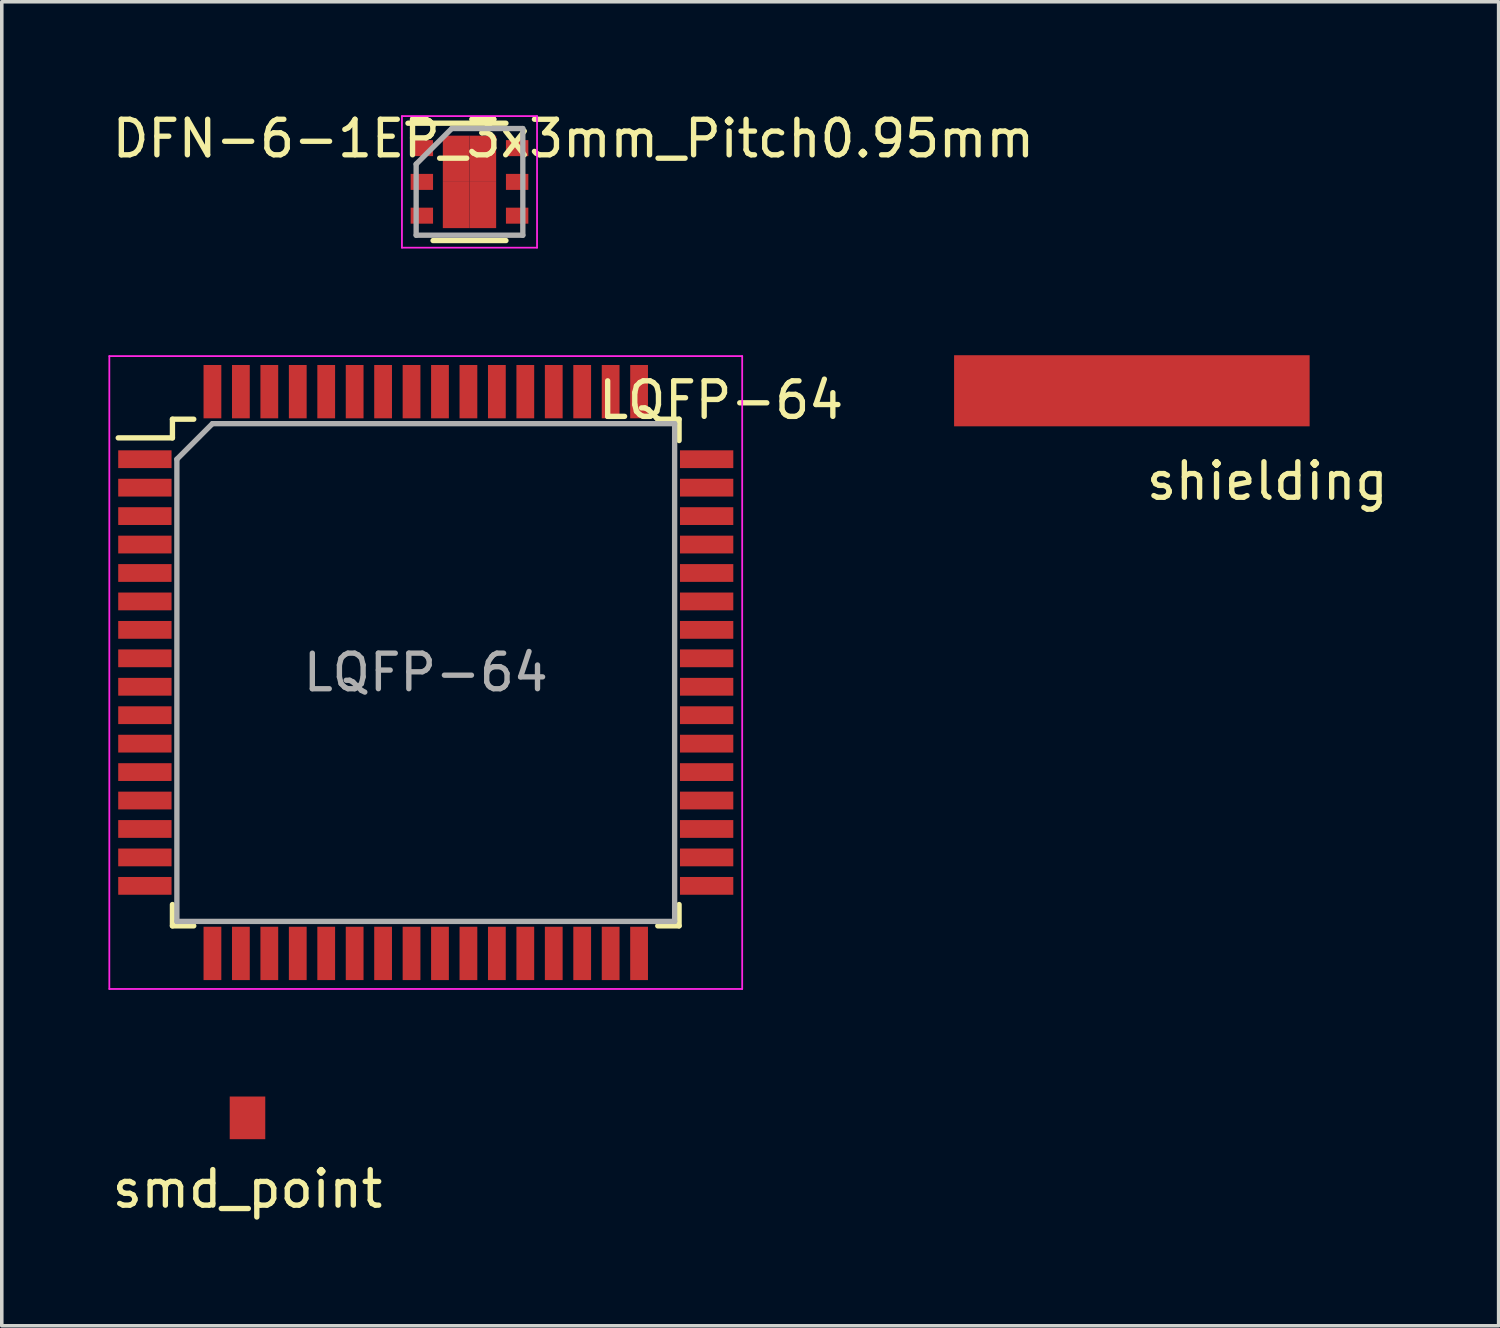
<source format=kicad_pcb>
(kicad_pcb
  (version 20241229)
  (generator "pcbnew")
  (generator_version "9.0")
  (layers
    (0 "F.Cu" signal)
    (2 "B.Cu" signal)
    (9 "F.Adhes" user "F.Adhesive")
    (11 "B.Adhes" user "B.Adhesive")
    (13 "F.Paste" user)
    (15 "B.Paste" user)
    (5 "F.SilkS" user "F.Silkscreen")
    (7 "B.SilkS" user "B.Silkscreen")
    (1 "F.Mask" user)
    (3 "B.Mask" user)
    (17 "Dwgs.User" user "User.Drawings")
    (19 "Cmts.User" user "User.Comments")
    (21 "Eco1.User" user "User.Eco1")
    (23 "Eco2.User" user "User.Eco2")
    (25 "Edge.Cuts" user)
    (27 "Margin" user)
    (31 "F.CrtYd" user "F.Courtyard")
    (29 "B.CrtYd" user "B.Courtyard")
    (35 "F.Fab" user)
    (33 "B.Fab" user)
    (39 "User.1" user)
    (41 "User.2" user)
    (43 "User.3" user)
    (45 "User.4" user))
  (footprint "LQFP-64"
    (layer "F.Cu")
    (at 8.925 15.866)
    (property "Reference" "LQFP-64" (at 8.307 -7.66 0) (layer "F.SilkS") (effects (font (size 1 1) (thickness 0.15))))
    (attr smd)
    (fp_line (start -7.125 -7.125) (end -7.125 -6.6) (stroke (width 0.15) (type solid)) (layer "F.SilkS"))
    (fp_line (start -7.125 -7.125) (end -6.525 -7.125) (stroke (width 0.15) (type solid)) (layer "F.SilkS"))
    (fp_line (start -7.125 -6.6) (end -8.65 -6.6) (stroke (width 0.15) (type solid)) (layer "F.SilkS"))
    (fp_line (start -7.125 7.125) (end -7.125 6.525) (stroke (width 0.15) (type solid)) (layer "F.SilkS"))
    (fp_line (start -7.125 7.125) (end -6.525 7.125) (stroke (width 0.15) (type solid)) (layer "F.SilkS"))
    (fp_line (start 7.125 -7.125) (end 6.525 -7.125) (stroke (width 0.15) (type solid)) (layer "F.SilkS"))
    (fp_line (start 7.125 -7.125) (end 7.125 -6.525) (stroke (width 0.15) (type solid)) (layer "F.SilkS"))
    (fp_line (start 7.125 7.125) (end 6.525 7.125) (stroke (width 0.15) (type solid)) (layer "F.SilkS"))
    (fp_line (start 7.125 7.125) (end 7.125 6.525) (stroke (width 0.15) (type solid)) (layer "F.SilkS"))
    (fp_line (start -8.9 -8.9) (end -8.9 8.9) (stroke (width 0.05) (type solid)) (layer "F.CrtYd"))
    (fp_line (start -8.9 -8.9) (end 8.9 -8.9) (stroke (width 0.05) (type solid)) (layer "F.CrtYd"))
    (fp_line (start -8.9 8.9) (end 8.9 8.9) (stroke (width 0.05) (type solid)) (layer "F.CrtYd"))
    (fp_line (start 8.9 -8.9) (end 8.9 8.9) (stroke (width 0.05) (type solid)) (layer "F.CrtYd"))
    (fp_line (start -7 -6) (end -6 -7) (stroke (width 0.15) (type solid)) (layer "F.Fab"))
    (fp_line (start -7 7) (end -7 -6) (stroke (width 0.15) (type solid)) (layer "F.Fab"))
    (fp_line (start -6 -7) (end 7 -7) (stroke (width 0.15) (type solid)) (layer "F.Fab"))
    (fp_line (start 7 -7) (end 7 7) (stroke (width 0.15) (type solid)) (layer "F.Fab"))
    (fp_line (start 7 7) (end -7 7) (stroke (width 0.15) (type solid)) (layer "F.Fab"))
    (fp_text user "${REFERENCE}" (at 0 0 0) (layer "F.Fab") (effects (font (size 1 1) (thickness 0.15))))
    (pad "1" smd rect (at -7.9 -6) (size 1.5 0.5) (layers "F.Cu" "F.Mask" "F.Paste"))
    (pad "2" smd rect (at -7.9 -5.2) (size 1.5 0.5) (layers "F.Cu" "F.Mask" "F.Paste"))
    (pad "3" smd rect (at -7.9 -4.4) (size 1.5 0.5) (layers "F.Cu" "F.Mask" "F.Paste"))
    (pad "4" smd rect (at -7.9 -3.6) (size 1.5 0.5) (layers "F.Cu" "F.Mask" "F.Paste"))
    (pad "5" smd rect (at -7.9 -2.8) (size 1.5 0.5) (layers "F.Cu" "F.Mask" "F.Paste"))
    (pad "6" smd rect (at -7.9 -2) (size 1.5 0.5) (layers "F.Cu" "F.Mask" "F.Paste"))
    (pad "7" smd rect (at -7.9 -1.2) (size 1.5 0.5) (layers "F.Cu" "F.Mask" "F.Paste"))
    (pad "8" smd rect (at -7.9 -0.4) (size 1.5 0.5) (layers "F.Cu" "F.Mask" "F.Paste"))
    (pad "9" smd rect (at -7.9 0.4) (size 1.5 0.5) (layers "F.Cu" "F.Mask" "F.Paste"))
    (pad "10" smd rect (at -7.9 1.2) (size 1.5 0.5) (layers "F.Cu" "F.Mask" "F.Paste"))
    (pad "11" smd rect (at -7.9 2) (size 1.5 0.5) (layers "F.Cu" "F.Mask" "F.Paste"))
    (pad "12" smd rect (at -7.9 2.8) (size 1.5 0.5) (layers "F.Cu" "F.Mask" "F.Paste"))
    (pad "13" smd rect (at -7.9 3.6) (size 1.5 0.5) (layers "F.Cu" "F.Mask" "F.Paste"))
    (pad "14" smd rect (at -7.9 4.4) (size 1.5 0.5) (layers "F.Cu" "F.Mask" "F.Paste"))
    (pad "15" smd rect (at -7.9 5.2) (size 1.5 0.5) (layers "F.Cu" "F.Mask" "F.Paste"))
    (pad "16" smd rect (at -7.9 6) (size 1.5 0.5) (layers "F.Cu" "F.Mask" "F.Paste"))
    (pad "17" smd rect (at -6 7.9 90) (size 1.5 0.5) (layers "F.Cu" "F.Mask" "F.Paste"))
    (pad "18" smd rect (at -5.2 7.9 90) (size 1.5 0.5) (layers "F.Cu" "F.Mask" "F.Paste"))
    (pad "19" smd rect (at -4.4 7.9 90) (size 1.5 0.5) (layers "F.Cu" "F.Mask" "F.Paste"))
    (pad "20" smd rect (at -3.6 7.9 90) (size 1.5 0.5) (layers "F.Cu" "F.Mask" "F.Paste"))
    (pad "21" smd rect (at -2.8 7.9 90) (size 1.5 0.5) (layers "F.Cu" "F.Mask" "F.Paste"))
    (pad "22" smd rect (at -2 7.9 90) (size 1.5 0.5) (layers "F.Cu" "F.Mask" "F.Paste"))
    (pad "23" smd rect (at -1.2 7.9 90) (size 1.5 0.5) (layers "F.Cu" "F.Mask" "F.Paste"))
    (pad "24" smd rect (at -0.4 7.9 90) (size 1.5 0.5) (layers "F.Cu" "F.Mask" "F.Paste"))
    (pad "25" smd rect (at 0.4 7.9 90) (size 1.5 0.5) (layers "F.Cu" "F.Mask" "F.Paste"))
    (pad "26" smd rect (at 1.2 7.9 90) (size 1.5 0.5) (layers "F.Cu" "F.Mask" "F.Paste"))
    (pad "27" smd rect (at 2 7.9 90) (size 1.5 0.5) (layers "F.Cu" "F.Mask" "F.Paste"))
    (pad "28" smd rect (at 2.8 7.9 90) (size 1.5 0.5) (layers "F.Cu" "F.Mask" "F.Paste"))
    (pad "29" smd rect (at 3.6 7.9 90) (size 1.5 0.5) (layers "F.Cu" "F.Mask" "F.Paste"))
    (pad "30" smd rect (at 4.4 7.9 90) (size 1.5 0.5) (layers "F.Cu" "F.Mask" "F.Paste"))
    (pad "31" smd rect (at 5.2 7.9 90) (size 1.5 0.5) (layers "F.Cu" "F.Mask" "F.Paste"))
    (pad "32" smd rect (at 6 7.9 90) (size 1.5 0.5) (layers "F.Cu" "F.Mask" "F.Paste"))
    (pad "33" smd rect (at 7.9 6) (size 1.5 0.5) (layers "F.Cu" "F.Mask" "F.Paste"))
    (pad "34" smd rect (at 7.9 5.2) (size 1.5 0.5) (layers "F.Cu" "F.Mask" "F.Paste"))
    (pad "35" smd rect (at 7.9 4.4) (size 1.5 0.5) (layers "F.Cu" "F.Mask" "F.Paste"))
    (pad "36" smd rect (at 7.9 3.6) (size 1.5 0.5) (layers "F.Cu" "F.Mask" "F.Paste"))
    (pad "37" smd rect (at 7.9 2.8) (size 1.5 0.5) (layers "F.Cu" "F.Mask" "F.Paste"))
    (pad "38" smd rect (at 7.9 2) (size 1.5 0.5) (layers "F.Cu" "F.Mask" "F.Paste"))
    (pad "39" smd rect (at 7.9 1.2) (size 1.5 0.5) (layers "F.Cu" "F.Mask" "F.Paste"))
    (pad "40" smd rect (at 7.9 0.4) (size 1.5 0.5) (layers "F.Cu" "F.Mask" "F.Paste"))
    (pad "41" smd rect (at 7.9 -0.4) (size 1.5 0.5) (layers "F.Cu" "F.Mask" "F.Paste"))
    (pad "42" smd rect (at 7.9 -1.2) (size 1.5 0.5) (layers "F.Cu" "F.Mask" "F.Paste"))
    (pad "43" smd rect (at 7.9 -2) (size 1.5 0.5) (layers "F.Cu" "F.Mask" "F.Paste"))
    (pad "44" smd rect (at 7.9 -2.8) (size 1.5 0.5) (layers "F.Cu" "F.Mask" "F.Paste"))
    (pad "45" smd rect (at 7.9 -3.6) (size 1.5 0.5) (layers "F.Cu" "F.Mask" "F.Paste"))
    (pad "46" smd rect (at 7.9 -4.4) (size 1.5 0.5) (layers "F.Cu" "F.Mask" "F.Paste"))
    (pad "47" smd rect (at 7.9 -5.2) (size 1.5 0.5) (layers "F.Cu" "F.Mask" "F.Paste"))
    (pad "48" smd rect (at 7.9 -6) (size 1.5 0.5) (layers "F.Cu" "F.Mask" "F.Paste"))
    (pad "49" smd rect (at 6 -7.9 90) (size 1.5 0.5) (layers "F.Cu" "F.Mask" "F.Paste"))
    (pad "50" smd rect (at 5.2 -7.9 90) (size 1.5 0.5) (layers "F.Cu" "F.Mask" "F.Paste"))
    (pad "51" smd rect (at 4.4 -7.9 90) (size 1.5 0.5) (layers "F.Cu" "F.Mask" "F.Paste"))
    (pad "52" smd rect (at 3.6 -7.9 90) (size 1.5 0.5) (layers "F.Cu" "F.Mask" "F.Paste"))
    (pad "53" smd rect (at 2.8 -7.9 90) (size 1.5 0.5) (layers "F.Cu" "F.Mask" "F.Paste"))
    (pad "54" smd rect (at 2 -7.9 90) (size 1.5 0.5) (layers "F.Cu" "F.Mask" "F.Paste"))
    (pad "55" smd rect (at 1.2 -7.9 90) (size 1.5 0.5) (layers "F.Cu" "F.Mask" "F.Paste"))
    (pad "56" smd rect (at 0.4 -7.9 90) (size 1.5 0.5) (layers "F.Cu" "F.Mask" "F.Paste"))
    (pad "57" smd rect (at -0.4 -7.9 90) (size 1.5 0.5) (layers "F.Cu" "F.Mask" "F.Paste"))
    (pad "58" smd rect (at -1.2 -7.9 90) (size 1.5 0.5) (layers "F.Cu" "F.Mask" "F.Paste"))
    (pad "59" smd rect (at -2 -7.9 90) (size 1.5 0.5) (layers "F.Cu" "F.Mask" "F.Paste"))
    (pad "60" smd rect (at -2.8 -7.9 90) (size 1.5 0.5) (layers "F.Cu" "F.Mask" "F.Paste"))
    (pad "61" smd rect (at -3.6 -7.9 90) (size 1.5 0.5) (layers "F.Cu" "F.Mask" "F.Paste"))
    (pad "62" smd rect (at -4.4 -7.9 90) (size 1.5 0.5) (layers "F.Cu" "F.Mask" "F.Paste"))
    (pad "63" smd rect (at -5.2 -7.9 90) (size 1.5 0.5) (layers "F.Cu" "F.Mask" "F.Paste"))
    (pad "64" smd rect (at -6 -7.9 90) (size 1.5 0.5) (layers "F.Cu" "F.Mask" "F.Paste")))
  (footprint "smd_point"
    (layer "F.Cu")
    (at 3.911 28.391)
    (property "Reference" "smd_point" (at 0 2 0) (layer "F.SilkS") (effects (font (size 1 1) (thickness 0.15))))
    (attr through_hole)
    (pad "1" smd rect (at 0 0) (size 1 1.2) (layers "F.Cu" "F.Mask" "F.Paste")))
  (footprint "DFN-6-1EP_3x3mm_Pitch0.95mm"
    (layer "F.Cu")
    (at 10.155 2.066)
    (property "Reference" "DFN-6-1EP_3x3mm_Pitch0.95mm" (at 2.922 -1.217 0) (layer "F.SilkS") (effects (font (size 1 1) (thickness 0.15))))
    (attr smd)
    (fp_line (start -1.73 -1.65) (end 1.025 -1.65) (stroke (width 0.15) (type solid)) (layer "F.SilkS"))
    (fp_line (start -1.025 1.65) (end 1.025 1.65) (stroke (width 0.15) (type solid)) (layer "F.SilkS"))
    (fp_line (start -1.9 -1.85) (end -1.9 1.85) (stroke (width 0.05) (type solid)) (layer "F.CrtYd"))
    (fp_line (start -1.9 -1.85) (end 1.9 -1.85) (stroke (width 0.05) (type solid)) (layer "F.CrtYd"))
    (fp_line (start -1.9 1.85) (end 1.9 1.85) (stroke (width 0.05) (type solid)) (layer "F.CrtYd"))
    (fp_line (start 1.9 -1.85) (end 1.9 1.85) (stroke (width 0.05) (type solid)) (layer "F.CrtYd"))
    (fp_line (start -1.5 -0.5) (end -0.5 -1.5) (stroke (width 0.15) (type solid)) (layer "F.Fab"))
    (fp_line (start -1.5 1.5) (end -1.5 -0.5) (stroke (width 0.15) (type solid)) (layer "F.Fab"))
    (fp_line (start -0.5 -1.5) (end 1.5 -1.5) (stroke (width 0.15) (type solid)) (layer "F.Fab"))
    (fp_line (start 1.5 -1.5) (end 1.5 1.5) (stroke (width 0.15) (type solid)) (layer "F.Fab"))
    (fp_line (start 1.5 1.5) (end -1.5 1.5) (stroke (width 0.15) (type solid)) (layer "F.Fab"))
    (pad "1" smd rect (at -1.34 -0.95) (size 0.63 0.45) (layers "F.Cu" "F.Mask" "F.Paste"))
    (pad "2" smd rect (at -1.34 0) (size 0.63 0.45) (layers "F.Cu" "F.Mask" "F.Paste"))
    (pad "3" smd rect (at -1.34 0.95) (size 0.63 0.45) (layers "F.Cu" "F.Mask" "F.Paste"))
    (pad "4" smd rect (at 1.34 0.95) (size 0.63 0.45) (layers "F.Cu" "F.Mask" "F.Paste"))
    (pad "5" smd rect (at 1.34 0) (size 0.63 0.45) (layers "F.Cu" "F.Mask" "F.Paste"))
    (pad "6" smd rect (at 1.34 -0.95) (size 0.63 0.45) (layers "F.Cu" "F.Mask" "F.Paste"))
    (pad "7" smd rect (at -0.375 -0.65) (size 0.75 1.3) (layers "F.Cu" "F.Mask" "F.Paste"))
    (pad "7" smd rect (at -0.375 0.65) (size 0.75 1.3) (layers "F.Cu" "F.Mask" "F.Paste"))
    (pad "7" smd rect (at 0.375 -0.65) (size 0.75 1.3) (layers "F.Cu" "F.Mask" "F.Paste"))
    (pad "7" smd rect (at 0.375 0.65) (size 0.75 1.3) (layers "F.Cu" "F.Mask" "F.Paste")))
  (footprint "shielding"
    (layer "F.Cu")
    (at 28.785 7.941)
    (property "Reference" "shielding" (at 3.81 2.54 0) (layer "F.SilkS") (effects (font (size 1 1) (thickness 0.15))))
    (attr through_hole)
    (pad "1" smd rect (at 0 0) (size 10 2) (layers "F.Cu" "F.Mask" "F.Paste")))
  (gr_rect
    (start -3 -3)
    (end 39.101 34.239)
    (stroke (width 0.1) (type default))
    (fill no)
    (layer "Edge.Cuts")))
</source>
